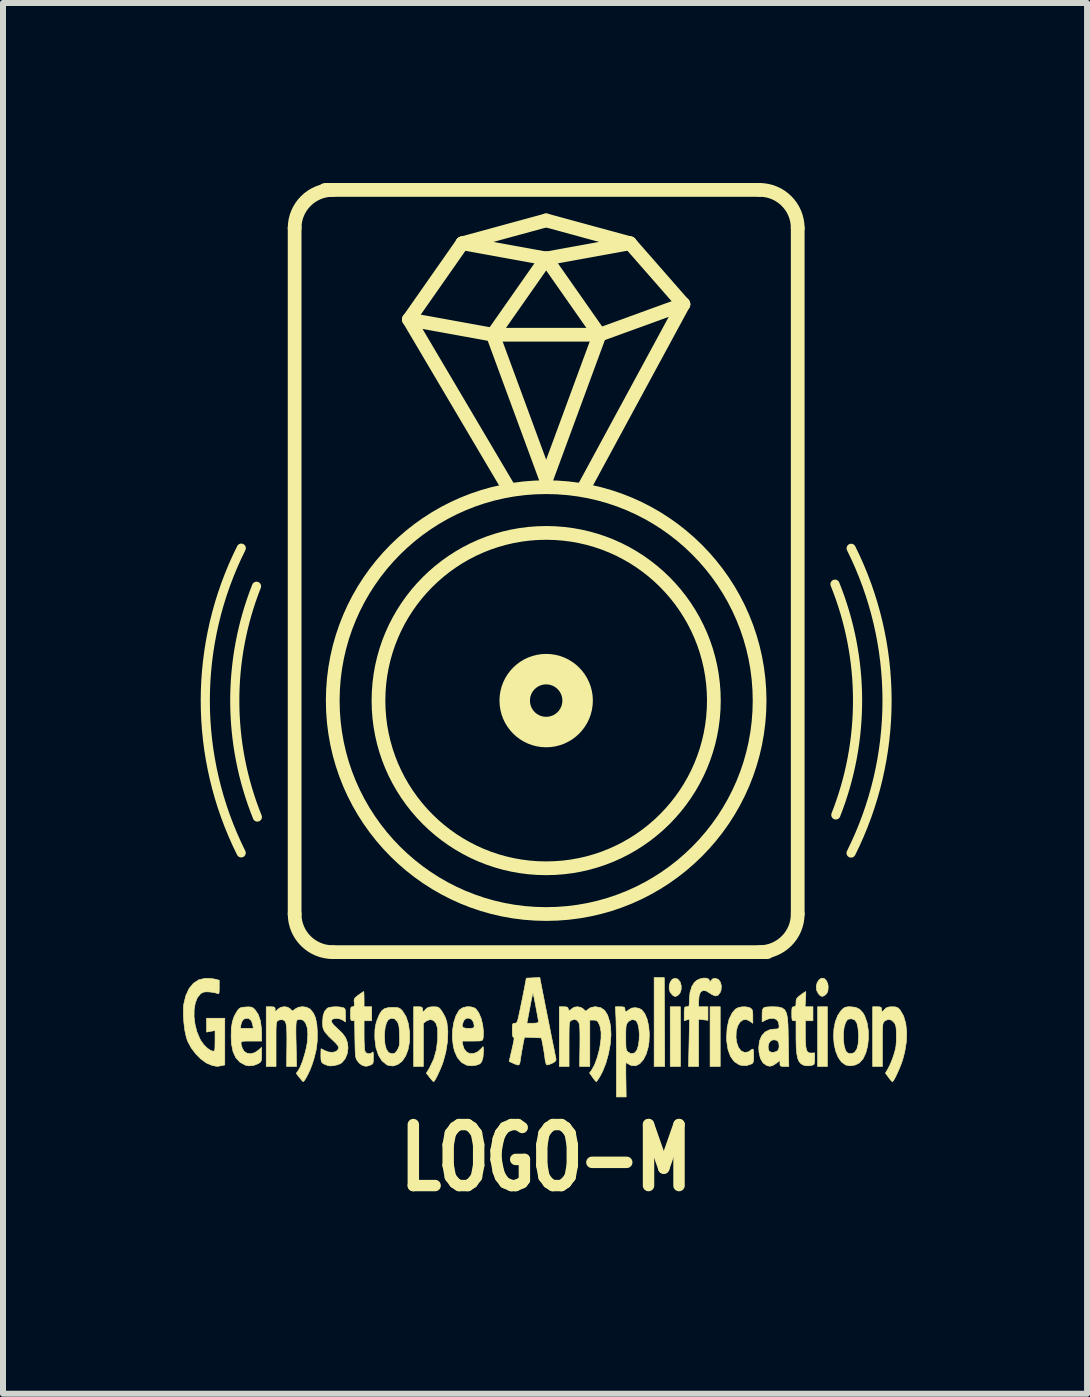
<source format=kicad_pcb>
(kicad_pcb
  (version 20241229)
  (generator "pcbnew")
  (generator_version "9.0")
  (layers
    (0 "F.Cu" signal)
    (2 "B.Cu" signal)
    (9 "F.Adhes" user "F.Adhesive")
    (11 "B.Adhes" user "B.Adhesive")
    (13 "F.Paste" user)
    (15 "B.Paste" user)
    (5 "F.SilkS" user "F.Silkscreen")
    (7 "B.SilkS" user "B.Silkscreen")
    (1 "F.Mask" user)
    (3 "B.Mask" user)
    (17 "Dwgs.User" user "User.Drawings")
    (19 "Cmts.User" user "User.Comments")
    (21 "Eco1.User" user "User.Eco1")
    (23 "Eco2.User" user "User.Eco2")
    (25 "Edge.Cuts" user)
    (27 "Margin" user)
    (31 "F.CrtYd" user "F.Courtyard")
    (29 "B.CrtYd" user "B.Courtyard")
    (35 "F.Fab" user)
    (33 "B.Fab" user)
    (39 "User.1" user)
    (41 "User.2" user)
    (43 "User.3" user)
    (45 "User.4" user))
  (footprint "LOGO-M"
    (layer "F.Cu")
    (at 6.05 8.623)
    (property "Reference" "LOGO-M" (at 0 7.62 0) (layer "F.SilkS") (effects (font (size 1.016 0.762) (thickness 0.191))))
    (attr through_hole)
    (fp_line (start -4.191 3.556) (end -4.191 -7.874) (stroke (width 0.229) (type solid)) (layer "F.SilkS"))
    (fp_line (start -3.683 -8.509) (end 3.556 -8.509) (stroke (width 0.229) (type solid)) (layer "F.SilkS"))
    (fp_line (start -2.286 -6.35) (end -0.889 -6.096) (stroke (width 0.229) (type solid)) (layer "F.SilkS"))
    (fp_line (start -2.286 -6.35) (end -0.635 -3.556) (stroke (width 0.229) (type solid)) (layer "F.SilkS"))
    (fp_line (start -1.397 -7.62) (end -2.286 -6.35) (stroke (width 0.229) (type solid)) (layer "F.SilkS"))
    (fp_line (start -1.397 -7.62) (end 0 -8.001) (stroke (width 0.229) (type solid)) (layer "F.SilkS"))
    (fp_line (start -1.397 -7.62) (end 0 -7.366) (stroke (width 0.229) (type solid)) (layer "F.SilkS"))
    (fp_line (start -0.889 -6.096) (end 0 -7.366) (stroke (width 0.229) (type solid)) (layer "F.SilkS"))
    (fp_line (start -0.889 -6.096) (end 0.889 -6.096) (stroke (width 0.229) (type solid)) (layer "F.SilkS"))
    (fp_line (start 0 -8.001) (end 1.397 -7.62) (stroke (width 0.229) (type solid)) (layer "F.SilkS"))
    (fp_line (start 0 -7.366) (end 0.889 -6.096) (stroke (width 0.229) (type solid)) (layer "F.SilkS"))
    (fp_line (start 0 -3.683) (end -0.889 -6.096) (stroke (width 0.229) (type solid)) (layer "F.SilkS"))
    (fp_line (start 0.889 -6.096) (end 0 -3.683) (stroke (width 0.229) (type solid)) (layer "F.SilkS"))
    (fp_line (start 0.889 -6.096) (end 2.286 -6.604) (stroke (width 0.229) (type solid)) (layer "F.SilkS"))
    (fp_line (start 1.397 -7.62) (end 0 -7.366) (stroke (width 0.229) (type solid)) (layer "F.SilkS"))
    (fp_line (start 1.397 -7.62) (end 2.286 -6.604) (stroke (width 0.229) (type solid)) (layer "F.SilkS"))
    (fp_line (start 2.286 -6.604) (end 0.635 -3.556) (stroke (width 0.229) (type solid)) (layer "F.SilkS"))
    (fp_line (start 3.683 4.191) (end -3.556 4.191) (stroke (width 0.229) (type solid)) (layer "F.SilkS"))
    (fp_line (start 4.191 -7.874) (end 4.191 3.556) (stroke (width 0.229) (type solid)) (layer "F.SilkS"))
    (fp_arc (start -5.081334 2.537331) (mid -5.679613 -0.001492) (end -5.08 -2.54) (stroke (width 0.1524) (type solid)) (layer "F.SilkS"))
    (fp_arc (start -4.811972 1.940161) (mid -5.188347 0.018928) (end -4.826 -1.905) (stroke (width 0.1524) (type solid)) (layer "F.SilkS"))
    (fp_arc (start -4.191 -7.874) (mid -4.005013 -8.323013) (end -3.556 -8.509) (stroke (width 0.2286) (type solid)) (layer "F.SilkS"))
    (fp_arc (start -3.556 4.191) (mid -4.005013 4.005013) (end -4.191 3.556) (stroke (width 0.2286) (type solid)) (layer "F.SilkS"))
    (fp_arc (start 3.556 -8.509) (mid 4.005013 -8.323013) (end 4.191 -7.874) (stroke (width 0.2286) (type solid)) (layer "F.SilkS"))
    (fp_arc (start 4.191 3.556) (mid 4.005013 4.005013) (end 3.556 4.191) (stroke (width 0.2286) (type solid)) (layer "F.SilkS"))
    (fp_arc (start 4.811972 -1.940161) (mid 5.188347 -0.018928) (end 4.826 1.905) (stroke (width 0.1524) (type solid)) (layer "F.SilkS"))
    (fp_arc (start 5.081334 -2.537331) (mid 5.679613 0.001492) (end 5.08 2.54) (stroke (width 0.1524) (type solid)) (layer "F.SilkS"))
    (fp_circle (center 0 0) (end 0.524 0) (stroke (width 0.508) (type solid)) (fill no) (layer "F.SilkS"))
    (fp_circle (center 0 0) (end 2.794 0) (stroke (width 0.229) (type solid)) (fill no) (layer "F.SilkS"))
    (fp_circle (center 0 0) (end 3.556 0) (stroke (width 0.229) (type solid)) (fill no) (layer "F.SilkS"))
    (fp_poly (pts (xy 2.237 6.096) (xy 2.067 6.096) (xy 2.067 5.101) (xy 2.237 5.101) (xy 2.237 6.096)) (stroke (width 0.01) (type solid)) (fill yes) (layer "F.SilkS"))
    (fp_poly (pts (xy 2.9 6.096) (xy 2.731 6.096) (xy 2.731 5.101) (xy 2.9 5.101) (xy 2.9 6.096)) (stroke (width 0.01) (type solid)) (fill yes) (layer "F.SilkS"))
    (fp_poly (pts (xy 4.685 6.096) (xy 4.523 6.096) (xy 4.523 5.101) (xy 4.685 5.101) (xy 4.685 6.096)) (stroke (width 0.01) (type solid)) (fill yes) (layer "F.SilkS"))
    (fp_poly (pts (xy 1.968 4.615) (xy 1.972 5.355) (xy 1.975 6.096) (xy 1.887 6.096) (xy 1.799 6.096) (xy 1.799 5.355) (xy 1.799 4.614) (xy 1.968 4.615)) (stroke (width 0.01) (type solid)) (fill yes) (layer "F.SilkS"))
    (fp_poly (pts (xy 4.63 4.629) (xy 4.668 4.664) (xy 4.693 4.721) (xy 4.699 4.769) (xy 4.694 4.837) (xy 4.675 4.88) (xy 4.647 4.907) (xy 4.606 4.929) (xy 4.571 4.92) (xy 4.539 4.888) (xy 4.507 4.829) (xy 4.5 4.763) (xy 4.515 4.7) (xy 4.549 4.649) (xy 4.587 4.625) (xy 4.63 4.629)) (stroke (width 0.01) (type solid)) (fill yes) (layer "F.SilkS"))
    (fp_poly (pts (xy 2.19 4.639) (xy 2.196 4.643) (xy 2.233 4.689) (xy 2.25 4.751) (xy 2.249 4.817) (xy 2.228 4.876) (xy 2.194 4.911) (xy 2.16 4.928) (xy 2.137 4.927) (xy 2.108 4.909) (xy 2.103 4.905) (xy 2.065 4.858) (xy 2.049 4.8) (xy 2.051 4.74) (xy 2.07 4.685) (xy 2.101 4.644) (xy 2.142 4.626) (xy 2.19 4.639)) (stroke (width 0.01) (type solid)) (fill yes) (layer "F.SilkS"))
    (fp_poly (pts (xy 3.382 5.113) (xy 3.407 5.126) (xy 3.428 5.145) (xy 3.439 5.174) (xy 3.443 5.226) (xy 3.443 5.264) (xy 3.443 5.377) (xy 3.401 5.345) (xy 3.337 5.314) (xy 3.278 5.32) (xy 3.228 5.358) (xy 3.19 5.423) (xy 3.167 5.51) (xy 3.163 5.613) (xy 3.174 5.695) (xy 3.204 5.781) (xy 3.25 5.838) (xy 3.308 5.863) (xy 3.369 5.853) (xy 3.401 5.831) (xy 3.431 5.808) (xy 3.448 5.808) (xy 3.455 5.838) (xy 3.457 5.903) (xy 3.457 5.917) (xy 3.456 5.986) (xy 3.449 6.025) (xy 3.435 6.045) (xy 3.425 6.052) (xy 3.339 6.081) (xy 3.249 6.077) (xy 3.213 6.066) (xy 3.134 6.014) (xy 3.072 5.93) (xy 3.03 5.817) (xy 3.009 5.68) (xy 3.006 5.607) (xy 3.016 5.445) (xy 3.047 5.31) (xy 3.1 5.203) (xy 3.152 5.142) (xy 3.197 5.117) (xy 3.258 5.103) (xy 3.324 5.102) (xy 3.382 5.113)) (stroke (width 0.01) (type solid)) (fill yes) (layer "F.SilkS"))
    (fp_poly (pts (xy 2.666 4.624) (xy 2.703 4.637) (xy 2.722 4.663) (xy 2.723 4.674) (xy 2.726 4.693) (xy 2.738 4.678) (xy 2.743 4.667) (xy 2.776 4.635) (xy 2.815 4.627) (xy 2.867 4.644) (xy 2.902 4.689) (xy 2.919 4.752) (xy 2.914 4.823) (xy 2.9 4.861) (xy 2.864 4.909) (xy 2.817 4.921) (xy 2.757 4.895) (xy 2.736 4.88) (xy 2.666 4.837) (xy 2.611 4.83) (xy 2.571 4.857) (xy 2.548 4.919) (xy 2.54 5.011) (xy 2.54 5.101) (xy 2.695 5.101) (xy 2.695 5.327) (xy 2.54 5.308) (xy 2.54 6.096) (xy 2.372 6.096) (xy 2.389 5.306) (xy 2.345 5.32) (xy 2.3 5.333) (xy 2.3 5.217) (xy 2.301 5.151) (xy 2.306 5.116) (xy 2.318 5.103) (xy 2.342 5.101) (xy 2.342 5.101) (xy 2.367 5.099) (xy 2.38 5.086) (xy 2.384 5.05) (xy 2.385 4.99) (xy 2.396 4.868) (xy 2.426 4.765) (xy 2.471 4.694) (xy 2.513 4.659) (xy 2.564 4.636) (xy 2.618 4.624) (xy 2.666 4.624)) (stroke (width 0.01) (type solid)) (fill yes) (layer "F.SilkS"))
    (fp_poly (pts (xy -2.091 5.103) (xy -2.068 5.112) (xy -2.061 5.131) (xy -2.06 5.144) (xy -2.057 5.177) (xy -2.045 5.181) (xy -2.019 5.157) (xy -2.008 5.143) (xy -1.977 5.118) (xy -1.937 5.105) (xy -1.88 5.101) (xy -1.829 5.103) (xy -1.796 5.111) (xy -1.769 5.134) (xy -1.738 5.177) (xy -1.728 5.191) (xy -1.686 5.267) (xy -1.658 5.344) (xy -1.653 5.366) (xy -1.638 5.516) (xy -1.645 5.683) (xy -1.672 5.856) (xy -1.716 6.017) (xy -1.741 6.086) (xy -1.773 6.161) (xy -1.806 6.234) (xy -1.837 6.295) (xy -1.862 6.337) (xy -1.875 6.35) (xy -1.891 6.337) (xy -1.921 6.304) (xy -1.941 6.279) (xy -1.996 6.207) (xy -1.942 6.117) (xy -1.873 5.973) (xy -1.828 5.811) (xy -1.809 5.647) (xy -1.807 5.564) (xy -1.808 5.492) (xy -1.812 5.45) (xy -1.837 5.374) (xy -1.879 5.328) (xy -1.932 5.314) (xy -1.992 5.336) (xy -2.004 5.345) (xy -2.046 5.377) (xy -2.046 6.096) (xy -2.208 6.096) (xy -2.208 5.101) (xy -2.134 5.101) (xy -2.091 5.103)) (stroke (width 0.01) (type solid)) (fill yes) (layer "F.SilkS"))
    (fp_poly (pts (xy 4.326 4.866) (xy 4.325 4.916) (xy 4.322 4.974) (xy 4.314 5.101) (xy 4.445 5.101) (xy 4.445 5.334) (xy 4.318 5.334) (xy 4.318 5.551) (xy 4.32 5.676) (xy 4.326 5.765) (xy 4.338 5.823) (xy 4.357 5.856) (xy 4.386 5.87) (xy 4.414 5.872) (xy 4.473 5.87) (xy 4.473 5.961) (xy 4.471 6.019) (xy 4.464 6.057) (xy 4.461 6.062) (xy 4.431 6.076) (xy 4.385 6.084) (xy 4.335 6.084) (xy 4.293 6.076) (xy 4.293 6.076) (xy 4.248 6.052) (xy 4.214 6.015) (xy 4.19 5.958) (xy 4.175 5.878) (xy 4.166 5.767) (xy 4.163 5.621) (xy 4.163 5.583) (xy 4.163 5.334) (xy 4.128 5.334) (xy 4.107 5.331) (xy 4.097 5.315) (xy 4.093 5.276) (xy 4.092 5.218) (xy 4.093 5.151) (xy 4.098 5.116) (xy 4.11 5.103) (xy 4.128 5.101) (xy 4.152 5.095) (xy 4.161 5.069) (xy 4.163 5.031) (xy 4.165 4.991) (xy 4.176 4.962) (xy 4.203 4.934) (xy 4.241 4.904) (xy 4.282 4.874) (xy 4.313 4.854) (xy 4.324 4.847) (xy 4.326 4.866)) (stroke (width 0.01) (type solid)) (fill yes) (layer "F.SilkS"))
    (fp_poly (pts (xy 5.156 5.111) (xy 5.223 5.143) (xy 5.276 5.2) (xy 5.307 5.254) (xy 5.347 5.367) (xy 5.367 5.494) (xy 5.37 5.626) (xy 5.356 5.755) (xy 5.325 5.872) (xy 5.279 5.969) (xy 5.219 6.036) (xy 5.147 6.072) (xy 5.065 6.085) (xy 4.99 6.071) (xy 4.921 6.022) (xy 4.865 5.943) (xy 4.824 5.841) (xy 4.798 5.724) (xy 4.788 5.599) (xy 4.791 5.545) (xy 4.953 5.545) (xy 4.953 5.646) (xy 4.963 5.741) (xy 4.984 5.818) (xy 5.006 5.858) (xy 5.044 5.88) (xy 5.092 5.882) (xy 5.136 5.863) (xy 5.137 5.863) (xy 5.176 5.808) (xy 5.199 5.719) (xy 5.205 5.597) (xy 5.205 5.564) (xy 5.195 5.449) (xy 5.176 5.37) (xy 5.144 5.323) (xy 5.098 5.304) (xy 5.079 5.302) (xy 5.037 5.307) (xy 5.011 5.327) (xy 4.986 5.372) (xy 4.985 5.374) (xy 4.963 5.45) (xy 4.953 5.545) (xy 4.791 5.545) (xy 4.794 5.473) (xy 4.817 5.353) (xy 4.858 5.246) (xy 4.915 5.163) (xy 4.95 5.129) (xy 4.982 5.11) (xy 5.024 5.102) (xy 5.069 5.101) (xy 5.156 5.111)) (stroke (width 0.01) (type solid)) (fill yes) (layer "F.SilkS"))
    (fp_poly (pts (xy -4.911 5.108) (xy -4.881 5.123) (xy -4.854 5.147) (xy -4.797 5.229) (xy -4.76 5.34) (xy -4.743 5.478) (xy -4.741 5.529) (xy -4.741 5.673) (xy -4.917 5.673) (xy -4.992 5.673) (xy -5.043 5.675) (xy -5.072 5.683) (xy -5.085 5.698) (xy -5.083 5.725) (xy -5.071 5.766) (xy -5.063 5.792) (xy -5.032 5.845) (xy -4.982 5.876) (xy -4.922 5.884) (xy -4.858 5.867) (xy -4.803 5.831) (xy -4.741 5.777) (xy -4.741 5.895) (xy -4.742 5.963) (xy -4.748 6.002) (xy -4.763 6.025) (xy -4.791 6.045) (xy -4.871 6.078) (xy -4.956 6.086) (xy -5.013 6.074) (xy -5.103 6.024) (xy -5.171 5.95) (xy -5.217 5.849) (xy -5.243 5.72) (xy -5.249 5.594) (xy -5.245 5.461) (xy -5.095 5.461) (xy -4.879 5.461) (xy -4.889 5.403) (xy -4.911 5.334) (xy -4.952 5.298) (xy -4.988 5.292) (xy -5.04 5.307) (xy -5.073 5.354) (xy -5.086 5.403) (xy -5.095 5.461) (xy -5.245 5.461) (xy -5.245 5.459) (xy -5.229 5.354) (xy -5.201 5.267) (xy -5.165 5.2) (xy -5.136 5.155) (xy -5.111 5.128) (xy -5.082 5.114) (xy -5.038 5.108) (xy -5.007 5.105) (xy -4.95 5.103) (xy -4.911 5.108)) (stroke (width 0.01) (type solid)) (fill yes) (layer "F.SilkS"))
    (fp_poly (pts (xy -3.037 4.866) (xy -3.035 4.916) (xy -3.034 4.974) (xy -3.034 5.101) (xy -2.907 5.101) (xy -2.907 5.334) (xy -3.034 5.334) (xy -3.034 5.568) (xy -3.033 5.667) (xy -3.029 5.754) (xy -3.024 5.817) (xy -3.019 5.843) (xy -2.995 5.873) (xy -2.957 5.885) (xy -2.918 5.878) (xy -2.896 5.859) (xy -2.886 5.853) (xy -2.88 5.877) (xy -2.879 5.937) (xy -2.879 5.943) (xy -2.88 6.007) (xy -2.886 6.042) (xy -2.903 6.06) (xy -2.932 6.074) (xy -2.98 6.09) (xy -3.018 6.091) (xy -3.063 6.077) (xy -3.07 6.073) (xy -3.11 6.044) (xy -3.147 6) (xy -3.148 6) (xy -3.161 5.976) (xy -3.171 5.949) (xy -3.177 5.913) (xy -3.181 5.859) (xy -3.184 5.78) (xy -3.186 5.668) (xy -3.187 5.639) (xy -3.191 5.334) (xy -3.225 5.334) (xy -3.245 5.331) (xy -3.255 5.314) (xy -3.259 5.274) (xy -3.26 5.218) (xy -3.259 5.151) (xy -3.254 5.116) (xy -3.242 5.103) (xy -3.225 5.101) (xy -3.202 5.096) (xy -3.195 5.074) (xy -3.198 5.032) (xy -3.201 4.994) (xy -3.194 4.967) (xy -3.174 4.942) (xy -3.133 4.91) (xy -3.127 4.905) (xy -3.084 4.875) (xy -3.053 4.854) (xy -3.041 4.847) (xy -3.037 4.866)) (stroke (width 0.01) (type solid)) (fill yes) (layer "F.SilkS"))
    (fp_poly (pts (xy -2.506 5.113) (xy -2.465 5.118) (xy -2.436 5.131) (xy -2.41 5.154) (xy -2.394 5.171) (xy -2.335 5.265) (xy -2.295 5.387) (xy -2.276 5.533) (xy -2.275 5.534) (xy -2.277 5.686) (xy -2.302 5.818) (xy -2.341 5.92) (xy -2.398 6.005) (xy -2.471 6.062) (xy -2.551 6.088) (xy -2.632 6.078) (xy -2.658 6.066) (xy -2.736 6.002) (xy -2.795 5.907) (xy -2.835 5.785) (xy -2.854 5.638) (xy -2.855 5.599) (xy -2.695 5.599) (xy -2.687 5.721) (xy -2.663 5.81) (xy -2.624 5.865) (xy -2.57 5.884) (xy -2.567 5.884) (xy -2.526 5.876) (xy -2.493 5.844) (xy -2.476 5.817) (xy -2.458 5.78) (xy -2.447 5.745) (xy -2.442 5.7) (xy -2.442 5.631) (xy -2.443 5.575) (xy -2.447 5.484) (xy -2.453 5.424) (xy -2.464 5.383) (xy -2.481 5.349) (xy -2.482 5.346) (xy -2.528 5.301) (xy -2.582 5.293) (xy -2.627 5.315) (xy -2.659 5.362) (xy -2.682 5.442) (xy -2.694 5.546) (xy -2.695 5.599) (xy -2.855 5.599) (xy -2.855 5.576) (xy -2.853 5.482) (xy -2.843 5.411) (xy -2.824 5.342) (xy -2.816 5.319) (xy -2.778 5.227) (xy -2.738 5.166) (xy -2.69 5.131) (xy -2.626 5.115) (xy -2.567 5.112) (xy -2.506 5.113)) (stroke (width 0.01) (type solid)) (fill yes) (layer "F.SilkS"))
    (fp_poly (pts (xy 5.558 5.103) (xy 5.58 5.112) (xy 5.587 5.131) (xy 5.588 5.144) (xy 5.591 5.177) (xy 5.603 5.181) (xy 5.629 5.157) (xy 5.641 5.143) (xy 5.672 5.117) (xy 5.714 5.104) (xy 5.765 5.101) (xy 5.819 5.104) (xy 5.855 5.116) (xy 5.885 5.141) (xy 5.898 5.157) (xy 5.955 5.255) (xy 5.991 5.378) (xy 6.007 5.521) (xy 6.002 5.68) (xy 5.975 5.848) (xy 5.941 5.98) (xy 5.917 6.05) (xy 5.886 6.128) (xy 5.852 6.205) (xy 5.819 6.274) (xy 5.791 6.324) (xy 5.772 6.349) (xy 5.769 6.35) (xy 5.752 6.337) (xy 5.724 6.303) (xy 5.705 6.278) (xy 5.653 6.207) (xy 5.7 6.126) (xy 5.731 6.063) (xy 5.765 5.981) (xy 5.791 5.907) (xy 5.814 5.827) (xy 5.828 5.759) (xy 5.834 5.684) (xy 5.835 5.595) (xy 5.834 5.506) (xy 5.83 5.448) (xy 5.821 5.409) (xy 5.806 5.377) (xy 5.801 5.368) (xy 5.756 5.325) (xy 5.702 5.312) (xy 5.649 5.332) (xy 5.633 5.346) (xy 5.622 5.36) (xy 5.614 5.377) (xy 5.608 5.406) (xy 5.605 5.452) (xy 5.603 5.521) (xy 5.602 5.621) (xy 5.602 5.737) (xy 5.602 6.096) (xy 5.44 6.096) (xy 5.44 5.101) (xy 5.514 5.101) (xy 5.558 5.103)) (stroke (width 0.01) (type solid)) (fill yes) (layer "F.SilkS"))
    (fp_poly (pts (xy -5.615 4.629) (xy -5.553 4.635) (xy -5.514 4.642) (xy -5.447 4.659) (xy -5.447 4.777) (xy -5.448 4.843) (xy -5.452 4.876) (xy -5.462 4.885) (xy -5.479 4.879) (xy -5.509 4.87) (xy -5.556 4.861) (xy -5.609 4.854) (xy -5.672 4.852) (xy -5.717 4.86) (xy -5.755 4.881) (xy -5.757 4.883) (xy -5.81 4.946) (xy -5.846 5.036) (xy -5.865 5.145) (xy -5.867 5.267) (xy -5.851 5.393) (xy -5.819 5.519) (xy -5.77 5.635) (xy -5.751 5.669) (xy -5.702 5.736) (xy -5.645 5.792) (xy -5.589 5.83) (xy -5.548 5.842) (xy -5.533 5.839) (xy -5.524 5.826) (xy -5.519 5.792) (xy -5.518 5.731) (xy -5.517 5.67) (xy -5.517 5.497) (xy -5.588 5.51) (xy -5.659 5.523) (xy -5.659 5.292) (xy -5.507 5.292) (xy -5.355 5.292) (xy -5.355 6.071) (xy -5.417 6.083) (xy -5.455 6.091) (xy -5.482 6.093) (xy -5.511 6.09) (xy -5.551 6.081) (xy -5.575 6.075) (xy -5.663 6.037) (xy -5.754 5.971) (xy -5.839 5.885) (xy -5.914 5.786) (xy -5.971 5.68) (xy -5.994 5.615) (xy -6.019 5.503) (xy -6.036 5.372) (xy -6.045 5.238) (xy -6.044 5.117) (xy -6.039 5.062) (xy -6.005 4.918) (xy -5.95 4.799) (xy -5.876 4.709) (xy -5.786 4.651) (xy -5.682 4.628) (xy -5.678 4.628) (xy -5.615 4.629)) (stroke (width 0.01) (type solid)) (fill yes) (layer "F.SilkS"))
    (fp_poly (pts (xy -1.256 5.102) (xy -1.196 5.12) (xy -1.172 5.136) (xy -1.125 5.199) (xy -1.085 5.291) (xy -1.058 5.4) (xy -1.045 5.512) (xy -1.049 5.615) (xy -1.05 5.619) (xy -1.054 5.642) (xy -1.062 5.657) (xy -1.079 5.666) (xy -1.109 5.671) (xy -1.157 5.672) (xy -1.228 5.673) (xy -1.4 5.673) (xy -1.391 5.731) (xy -1.366 5.806) (xy -1.324 5.856) (xy -1.269 5.882) (xy -1.206 5.88) (xy -1.141 5.852) (xy -1.078 5.795) (xy -1.069 5.783) (xy -1.053 5.766) (xy -1.046 5.775) (xy -1.044 5.817) (xy -1.044 5.837) (xy -1.052 5.944) (xy -1.074 6.017) (xy -1.105 6.052) (xy -1.17 6.076) (xy -1.247 6.084) (xy -1.319 6.076) (xy -1.325 6.074) (xy -1.41 6.028) (xy -1.478 5.95) (xy -1.527 5.84) (xy -1.547 5.759) (xy -1.563 5.625) (xy -1.559 5.49) (xy -1.55 5.431) (xy -1.398 5.431) (xy -1.376 5.451) (xy -1.33 5.46) (xy -1.298 5.461) (xy -1.246 5.46) (xy -1.217 5.455) (xy -1.203 5.444) (xy -1.2 5.422) (xy -1.199 5.415) (xy -1.212 5.356) (xy -1.242 5.313) (xy -1.283 5.291) (xy -1.327 5.292) (xy -1.364 5.32) (xy -1.375 5.339) (xy -1.396 5.394) (xy -1.398 5.431) (xy -1.55 5.431) (xy -1.539 5.361) (xy -1.503 5.25) (xy -1.454 5.165) (xy -1.44 5.149) (xy -1.389 5.117) (xy -1.324 5.101) (xy -1.256 5.102)) (stroke (width 0.01) (type solid)) (fill yes) (layer "F.SilkS"))
    (fp_poly (pts (xy -3.441 5.105) (xy -3.39 5.114) (xy -3.388 5.114) (xy -3.363 5.125) (xy -3.35 5.143) (xy -3.345 5.181) (xy -3.344 5.24) (xy -3.344 5.353) (xy -3.395 5.321) (xy -3.442 5.302) (xy -3.497 5.295) (xy -3.511 5.296) (xy -3.558 5.307) (xy -3.579 5.329) (xy -3.572 5.362) (xy -3.539 5.407) (xy -3.479 5.464) (xy -3.471 5.471) (xy -3.395 5.544) (xy -3.343 5.615) (xy -3.314 5.69) (xy -3.302 5.774) (xy -3.302 5.791) (xy -3.315 5.884) (xy -3.35 5.967) (xy -3.401 6.03) (xy -3.433 6.051) (xy -3.485 6.07) (xy -3.544 6.082) (xy -3.598 6.087) (xy -3.634 6.082) (xy -3.691 6.06) (xy -3.726 6.041) (xy -3.745 6.016) (xy -3.752 5.978) (xy -3.754 5.92) (xy -3.754 5.914) (xy -3.753 5.851) (xy -3.751 5.81) (xy -3.75 5.8) (xy -3.736 5.807) (xy -3.705 5.823) (xy -3.69 5.831) (xy -3.629 5.854) (xy -3.569 5.861) (xy -3.516 5.852) (xy -3.478 5.829) (xy -3.458 5.793) (xy -3.457 5.78) (xy -3.47 5.749) (xy -3.508 5.704) (xy -3.568 5.647) (xy -3.573 5.642) (xy -3.621 5.596) (xy -3.666 5.546) (xy -3.683 5.525) (xy -3.708 5.483) (xy -3.721 5.44) (xy -3.725 5.378) (xy -3.725 5.352) (xy -3.717 5.251) (xy -3.692 5.178) (xy -3.647 5.126) (xy -3.645 5.125) (xy -3.613 5.112) (xy -3.562 5.104) (xy -3.501 5.101) (xy -3.441 5.105)) (stroke (width 0.01) (type solid)) (fill yes) (layer "F.SilkS"))
    (fp_poly (pts (xy 3.869 5.105) (xy 3.931 5.121) (xy 3.975 5.153) (xy 4.004 5.208) (xy 4.021 5.29) (xy 4.029 5.405) (xy 4.032 5.503) (xy 4.034 5.624) (xy 4.036 5.751) (xy 4.038 5.865) (xy 4.039 5.921) (xy 4.043 6.096) (xy 3.969 6.096) (xy 3.926 6.094) (xy 3.903 6.086) (xy 3.896 6.067) (xy 3.895 6.046) (xy 3.895 5.996) (xy 3.829 6.046) (xy 3.774 6.081) (xy 3.727 6.092) (xy 3.678 6.081) (xy 3.677 6.081) (xy 3.614 6.037) (xy 3.57 5.963) (xy 3.546 5.861) (xy 3.542 5.781) (xy 3.544 5.76) (xy 3.698 5.76) (xy 3.703 5.813) (xy 3.714 5.838) (xy 3.745 5.859) (xy 3.791 5.861) (xy 3.841 5.844) (xy 3.844 5.843) (xy 3.87 5.818) (xy 3.88 5.776) (xy 3.881 5.75) (xy 3.874 5.697) (xy 3.853 5.666) (xy 3.811 5.653) (xy 3.783 5.652) (xy 3.742 5.667) (xy 3.712 5.707) (xy 3.698 5.76) (xy 3.544 5.76) (xy 3.554 5.673) (xy 3.59 5.586) (xy 3.647 5.522) (xy 3.724 5.484) (xy 3.791 5.474) (xy 3.84 5.472) (xy 3.867 5.465) (xy 3.878 5.451) (xy 3.881 5.424) (xy 3.881 5.417) (xy 3.869 5.354) (xy 3.835 5.312) (xy 3.785 5.293) (xy 3.721 5.297) (xy 3.657 5.322) (xy 3.598 5.353) (xy 3.598 5.24) (xy 3.599 5.184) (xy 3.606 5.146) (xy 3.621 5.122) (xy 3.651 5.108) (xy 3.7 5.103) (xy 3.771 5.101) (xy 3.785 5.101) (xy 3.869 5.105)) (stroke (width 0.01) (type solid)) (fill yes) (layer "F.SilkS"))
    (fp_poly (pts (xy 1.278 5.103) (xy 1.302 5.11) (xy 1.311 5.127) (xy 1.312 5.144) (xy 1.318 5.178) (xy 1.338 5.181) (xy 1.375 5.153) (xy 1.378 5.15) (xy 1.426 5.123) (xy 1.487 5.116) (xy 1.549 5.128) (xy 1.59 5.15) (xy 1.642 5.214) (xy 1.682 5.308) (xy 1.708 5.424) (xy 1.719 5.555) (xy 1.713 5.691) (xy 1.701 5.769) (xy 1.667 5.889) (xy 1.618 5.984) (xy 1.559 6.05) (xy 1.493 6.084) (xy 1.424 6.082) (xy 1.39 6.066) (xy 1.355 6.045) (xy 1.333 6.033) (xy 1.33 6.032) (xy 1.328 6.052) (xy 1.327 6.107) (xy 1.327 6.188) (xy 1.328 6.289) (xy 1.329 6.318) (xy 1.333 6.604) (xy 1.252 6.604) (xy 1.171 6.604) (xy 1.171 6.027) (xy 1.171 5.864) (xy 1.17 5.705) (xy 1.169 5.61) (xy 1.326 5.61) (xy 1.327 5.706) (xy 1.329 5.77) (xy 1.335 5.81) (xy 1.344 5.834) (xy 1.358 5.851) (xy 1.409 5.882) (xy 1.465 5.874) (xy 1.484 5.861) (xy 1.515 5.816) (xy 1.537 5.743) (xy 1.549 5.654) (xy 1.552 5.558) (xy 1.545 5.467) (xy 1.528 5.39) (xy 1.502 5.338) (xy 1.488 5.326) (xy 1.431 5.314) (xy 1.376 5.343) (xy 1.364 5.357) (xy 1.347 5.379) (xy 1.336 5.404) (xy 1.33 5.441) (xy 1.327 5.499) (xy 1.326 5.588) (xy 1.326 5.61) (xy 1.169 5.61) (xy 1.168 5.559) (xy 1.166 5.432) (xy 1.164 5.333) (xy 1.162 5.276) (xy 1.153 5.101) (xy 1.233 5.101) (xy 1.278 5.103)) (stroke (width 0.01) (type solid)) (fill yes) (layer "F.SilkS"))
    (fp_poly (pts (xy 0.338 5.104) (xy 0.361 5.115) (xy 0.367 5.133) (xy 0.376 5.16) (xy 0.401 5.158) (xy 0.43 5.132) (xy 0.47 5.108) (xy 0.523 5.101) (xy 0.577 5.112) (xy 0.62 5.138) (xy 0.624 5.142) (xy 0.648 5.168) (xy 0.667 5.171) (xy 0.692 5.149) (xy 0.7 5.142) (xy 0.744 5.114) (xy 0.805 5.102) (xy 0.826 5.101) (xy 0.908 5.116) (xy 0.974 5.161) (xy 1.023 5.239) (xy 1.059 5.352) (xy 1.074 5.439) (xy 1.08 5.572) (xy 1.068 5.724) (xy 1.039 5.882) (xy 0.996 6.037) (xy 0.941 6.177) (xy 0.902 6.251) (xy 0.871 6.303) (xy 0.846 6.338) (xy 0.835 6.349) (xy 0.82 6.336) (xy 0.792 6.302) (xy 0.774 6.277) (xy 0.723 6.205) (xy 0.762 6.149) (xy 0.809 6.062) (xy 0.852 5.945) (xy 0.887 5.813) (xy 0.896 5.767) (xy 0.914 5.631) (xy 0.915 5.522) (xy 0.899 5.434) (xy 0.885 5.395) (xy 0.861 5.349) (xy 0.835 5.329) (xy 0.795 5.323) (xy 0.79 5.323) (xy 0.727 5.323) (xy 0.727 6.096) (xy 0.642 6.096) (xy 0.557 6.096) (xy 0.562 5.755) (xy 0.563 5.622) (xy 0.562 5.524) (xy 0.56 5.455) (xy 0.555 5.408) (xy 0.548 5.376) (xy 0.544 5.364) (xy 0.511 5.324) (xy 0.465 5.312) (xy 0.416 5.329) (xy 0.408 5.335) (xy 0.398 5.345) (xy 0.391 5.363) (xy 0.386 5.394) (xy 0.383 5.445) (xy 0.382 5.521) (xy 0.381 5.629) (xy 0.381 5.726) (xy 0.381 6.096) (xy 0.219 6.096) (xy 0.219 5.101) (xy 0.293 5.101) (xy 0.338 5.104)) (stroke (width 0.01) (type solid)) (fill yes) (layer "F.SilkS"))
    (fp_poly (pts (xy -3.994 5.109) (xy -3.936 5.138) (xy -3.929 5.145) (xy -3.877 5.208) (xy -3.842 5.289) (xy -3.821 5.397) (xy -3.813 5.514) (xy -3.814 5.674) (xy -3.833 5.823) (xy -3.871 5.974) (xy -3.904 6.075) (xy -3.934 6.151) (xy -3.968 6.225) (xy -4.002 6.288) (xy -4.03 6.333) (xy -4.049 6.349) (xy -4.049 6.349) (xy -4.063 6.336) (xy -4.091 6.304) (xy -4.11 6.28) (xy -4.164 6.211) (xy -4.127 6.159) (xy -4.094 6.097) (xy -4.058 6.006) (xy -4.025 5.899) (xy -3.997 5.79) (xy -3.979 5.69) (xy -3.978 5.681) (xy -3.971 5.554) (xy -3.981 5.449) (xy -4.008 5.372) (xy -4.049 5.325) (xy -4.094 5.313) (xy -4.122 5.313) (xy -4.143 5.318) (xy -4.157 5.334) (xy -4.165 5.365) (xy -4.169 5.417) (xy -4.17 5.497) (xy -4.169 5.609) (xy -4.166 5.716) (xy -4.159 6.096) (xy -4.242 6.096) (xy -4.325 6.096) (xy -4.321 5.763) (xy -4.32 5.615) (xy -4.322 5.505) (xy -4.327 5.425) (xy -4.337 5.372) (xy -4.353 5.34) (xy -4.375 5.323) (xy -4.399 5.317) (xy -4.44 5.319) (xy -4.473 5.333) (xy -4.483 5.344) (xy -4.491 5.361) (xy -4.496 5.389) (xy -4.499 5.436) (xy -4.501 5.508) (xy -4.501 5.611) (xy -4.501 5.726) (xy -4.501 6.096) (xy -4.583 6.096) (xy -4.664 6.096) (xy -4.664 5.101) (xy -4.59 5.101) (xy -4.546 5.103) (xy -4.524 5.112) (xy -4.516 5.131) (xy -4.516 5.145) (xy -4.516 5.189) (xy -4.475 5.145) (xy -4.426 5.112) (xy -4.367 5.1) (xy -4.309 5.108) (xy -4.263 5.137) (xy -4.26 5.141) (xy -4.237 5.166) (xy -4.219 5.168) (xy -4.192 5.147) (xy -4.185 5.141) (xy -4.13 5.11) (xy -4.063 5.1) (xy -3.994 5.109)) (stroke (width 0.01) (type solid)) (fill yes) (layer "F.SilkS"))
    (fp_poly (pts (xy -0.062 4.841) (xy -0.047 4.916) (xy -0.027 5.017) (xy -0.003 5.139) (xy 0.024 5.273) (xy 0.052 5.413) (xy 0.079 5.551) (xy 0.105 5.682) (xy 0.129 5.796) (xy 0.147 5.889) (xy 0.16 5.952) (xy 0.164 5.972) (xy 0.162 5.996) (xy 0.141 6.019) (xy 0.099 6.043) (xy 0.055 6.061) (xy 0.021 6.069) (xy 0.008 6.068) (xy -0.005 6.042) (xy -0.017 5.99) (xy -0.02 5.965) (xy -0.029 5.893) (xy -0.044 5.804) (xy -0.054 5.747) (xy -0.079 5.62) (xy -0.362 5.608) (xy -0.392 5.762) (xy -0.408 5.85) (xy -0.422 5.934) (xy -0.431 5.995) (xy -0.431 5.995) (xy -0.439 6.042) (xy -0.452 6.067) (xy -0.477 6.071) (xy -0.519 6.056) (xy -0.552 6.042) (xy -0.617 6.012) (xy -0.57 5.811) (xy -0.549 5.716) (xy -0.537 5.655) (xy -0.535 5.622) (xy -0.541 5.61) (xy -0.544 5.609) (xy -0.556 5.598) (xy -0.563 5.56) (xy -0.564 5.493) (xy -0.564 5.426) (xy -0.559 5.392) (xy -0.547 5.378) (xy -0.523 5.376) (xy -0.321 5.376) (xy -0.224 5.376) (xy -0.167 5.373) (xy -0.134 5.363) (xy -0.127 5.352) (xy -0.131 5.325) (xy -0.141 5.268) (xy -0.155 5.192) (xy -0.171 5.106) (xy -0.187 5.021) (xy -0.202 4.947) (xy -0.214 4.894) (xy -0.219 4.872) (xy -0.225 4.885) (xy -0.236 4.935) (xy -0.254 5.022) (xy -0.278 5.149) (xy -0.296 5.244) (xy -0.321 5.376) (xy -0.523 5.376) (xy -0.505 5.374) (xy -0.491 5.364) (xy -0.478 5.338) (xy -0.465 5.289) (xy -0.448 5.211) (xy -0.437 5.159) (xy -0.414 5.048) (xy -0.39 4.93) (xy -0.369 4.825) (xy -0.361 4.784) (xy -0.331 4.625) (xy -0.218 4.619) (xy -0.106 4.613) (xy -0.062 4.841)) (stroke (width 0.01) (type solid)) (fill yes) (layer "F.SilkS")))
  (gr_rect
    (start -3 -3)
    (end 15.062 20.172)
    (stroke (width 0.1) (type default))
    (fill no)
    (layer "Edge.Cuts")))
</source>
